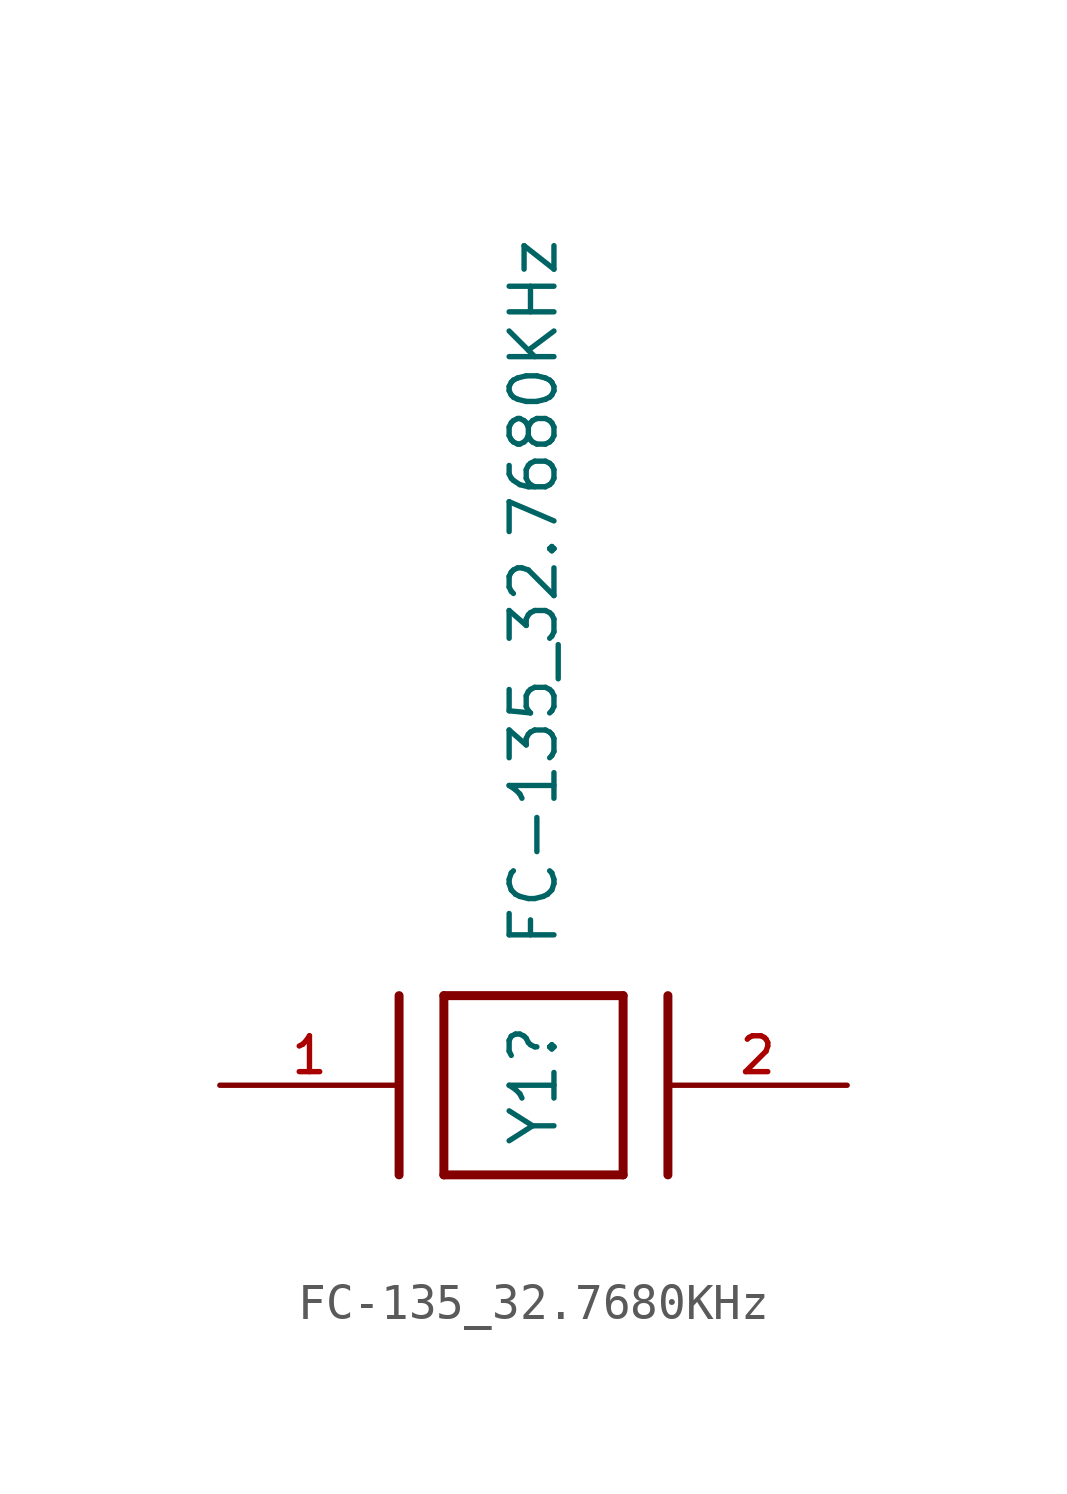
<source format=kicad_sym>
(kicad_symbol_lib
  (version 20220914)
  (generator kicad_symbol_editor)
  (symbol "FC-135_32.7680KHz"
    (pin_names
      (offset 1.016))
    (property "Reference" "Y1"
      (at 0 0 90)
      (effects (font (size 1.27 1.27))))
    (property "Value" "FC-135_32.7680KHz"
      (at 0 13.97 90)
      (effects (font (size 1.27 1.27))))
    (symbol "FC-135_32.7680KHz_0_0"
      (polyline (pts (xy -3.81 2.54) (xy -3.81 -2.54)) (stroke (width 0.254) (type default)) (fill (type none)))
      (polyline (pts (xy -2.54 -2.54) (xy -2.54 2.54)) (stroke (width 0.254) (type default)) (fill (type none)))
      (polyline (pts (xy -2.54 2.54) (xy 2.54 2.54)) (stroke (width 0.254) (type default)) (fill (type none)))
      (polyline (pts (xy 2.54 -2.54) (xy -2.54 -2.54)) (stroke (width 0.254) (type default)) (fill (type none)))
      (polyline (pts (xy 2.54 2.54) (xy 2.54 -2.54)) (stroke (width 0.254) (type default)) (fill (type none)))
      (polyline (pts (xy 3.81 2.54) (xy 3.81 -2.54)) (stroke (width 0.254) (type default)) (fill (type none)))
      (pin passive line (at -8.89 0 0) (length 5.08) (name "~" (effects (font (size 1.016 1.016)))) (number "1" (effects (font (size 1.016 1.016)))))
      (pin passive line (at 8.89 0 180) (length 5.08) (name "~" (effects (font (size 1.016 1.016)))) (number "2" (effects (font (size 1.016 1.016))))))))
</source>
